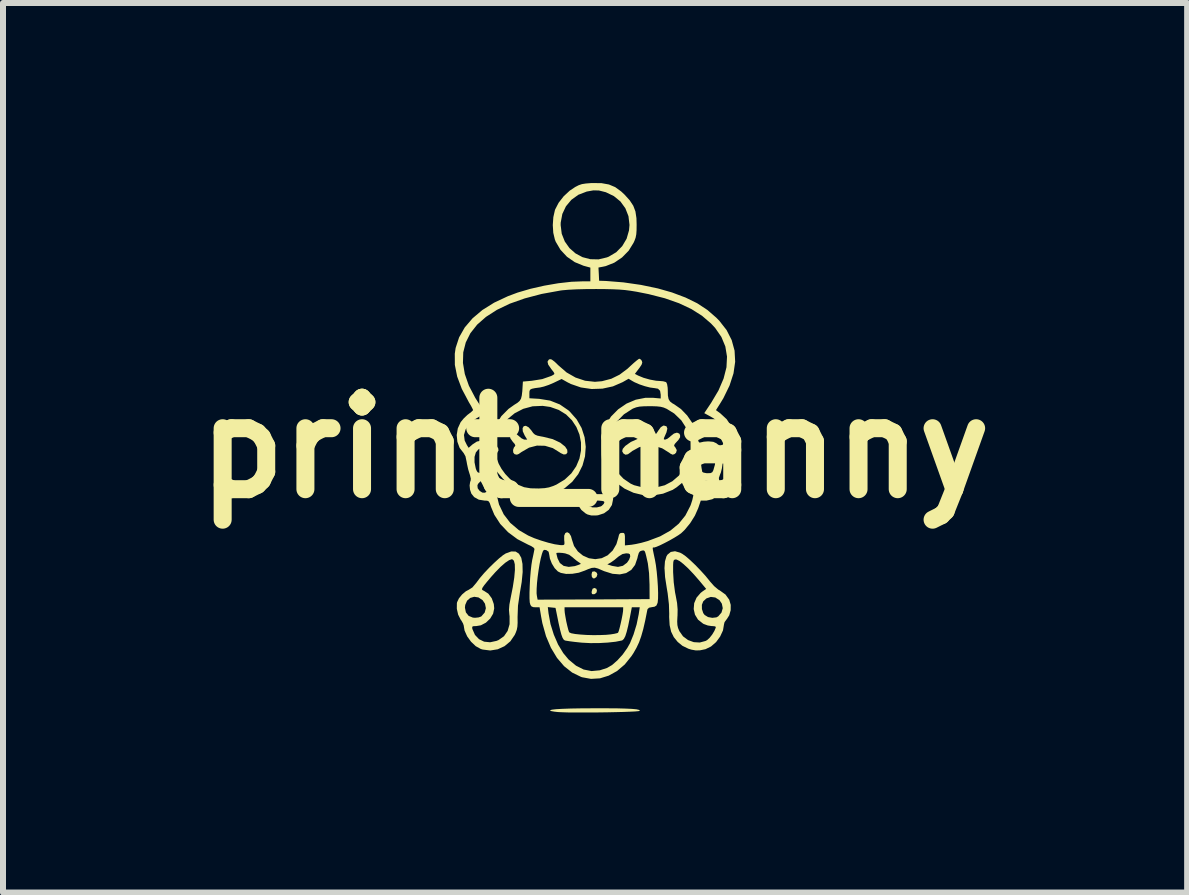
<source format=kicad_pcb>
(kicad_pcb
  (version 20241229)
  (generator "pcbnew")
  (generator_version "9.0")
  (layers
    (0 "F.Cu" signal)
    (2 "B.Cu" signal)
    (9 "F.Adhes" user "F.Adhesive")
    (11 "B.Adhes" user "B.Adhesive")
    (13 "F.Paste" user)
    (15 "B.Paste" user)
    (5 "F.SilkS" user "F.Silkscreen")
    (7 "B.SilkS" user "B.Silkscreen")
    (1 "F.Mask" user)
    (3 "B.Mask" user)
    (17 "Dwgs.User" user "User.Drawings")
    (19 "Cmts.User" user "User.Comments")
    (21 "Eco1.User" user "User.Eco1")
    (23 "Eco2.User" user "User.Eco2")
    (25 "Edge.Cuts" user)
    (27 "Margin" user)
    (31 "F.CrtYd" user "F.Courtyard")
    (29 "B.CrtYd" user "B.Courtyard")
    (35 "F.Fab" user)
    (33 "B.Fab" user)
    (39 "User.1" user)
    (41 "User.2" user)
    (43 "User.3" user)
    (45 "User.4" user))
  (footprint "print_nanny"
    (layer "F.Cu")
    (at 6.865 4.412)
    (property "Reference" "print_nanny" (at 0 0 0) (layer "F.SilkS") (effects (font (size 1.524 1.524) (thickness 0.3))))
    (attr board_only exclude_from_pos_files exclude_from_bom)
    (fp_poly (pts (xy 0.028 2.081) (xy 0.039 2.11) (xy 0.025 2.151) (xy -0.008 2.175) (xy -0.034 2.174) (xy -0.053 2.15) (xy -0.058 2.11) (xy -0.05 2.073) (xy -0.041 2.062) (xy -0.005 2.059)) (stroke (width 0) (type solid)) (fill yes) (layer "F.SilkS"))
    (fp_poly (pts (xy 0.022 2.349) (xy 0.032 2.38) (xy 0.023 2.414) (xy -0.007 2.437) (xy -0.016 2.439) (xy -0.048 2.438) (xy -0.057 2.416) (xy -0.055 2.39) (xy -0.041 2.348) (xy -0.01 2.335) (xy -0.01 2.335)) (stroke (width 0) (type solid)) (fill yes) (layer "F.SilkS"))
    (fp_poly (pts (xy 0.187 4.34) (xy 0.365 4.341) (xy 0.507 4.345) (xy 0.615 4.35) (xy 0.69 4.357) (xy 0.733 4.367) (xy 0.746 4.378) (xy 0.743 4.384) (xy 0.72 4.388) (xy 0.663 4.393) (xy 0.578 4.397) (xy 0.47 4.401) (xy 0.345 4.404) (xy 0.208 4.407) (xy 0.066 4.409) (xy -0.078 4.41) (xy -0.217 4.41) (xy -0.345 4.41) (xy -0.458 4.409) (xy -0.55 4.406) (xy -0.615 4.403) (xy -0.615 4.403) (xy -0.678 4.396) (xy -0.728 4.387) (xy -0.742 4.382) (xy -0.749 4.372) (xy -0.717 4.363) (xy -0.647 4.355) (xy -0.542 4.349) (xy -0.402 4.344) (xy -0.227 4.341) (xy -0.029 4.34)) (stroke (width 0) (type solid)) (fill yes) (layer "F.SilkS"))
    (fp_poly (pts (xy 0.301 0.856) (xy 0.281 0.953) (xy 0.229 1.033) (xy 0.15 1.091) (xy 0.049 1.124) (xy 0.015 1.127) (xy -0.063 1.127) (xy -0.124 1.111) (xy -0.159 1.092) (xy -0.228 1.035) (xy -0.279 0.96) (xy -0.3 0.901) (xy -0.164 0.901) (xy -0.157 0.917) (xy -0.124 0.958) (xy -0.102 0.975) (xy -0.043 0.993) (xy 0.03 0.993) (xy 0.096 0.976) (xy 0.113 0.966) (xy 0.145 0.934) (xy 0.156 0.907) (xy 0.148 0.893) (xy 0.12 0.885) (xy 0.065 0.88) (xy -0.01 0.879) (xy -0.091 0.88) (xy -0.139 0.882) (xy -0.161 0.889) (xy -0.164 0.901) (xy -0.3 0.901) (xy -0.307 0.88) (xy -0.309 0.835) (xy -0.303 0.772) (xy 0.303 0.772)) (stroke (width 0) (type solid)) (fill yes) (layer "F.SilkS"))
    (fp_poly (pts (xy -1.108 -0.343) (xy -1.062 -0.291) (xy -1.031 -0.247) (xy -1.001 -0.22) (xy -0.961 -0.203) (xy -0.899 -0.19) (xy -0.865 -0.184) (xy -0.706 -0.145) (xy -0.58 -0.086) (xy -0.499 -0.021) (xy -0.464 0.032) (xy -0.46 0.077) (xy -0.481 0.106) (xy -0.521 0.111) (xy -0.574 0.087) (xy -0.583 0.08) (xy -0.704 0.005) (xy -0.834 -0.034) (xy -0.968 -0.037) (xy -1.099 -0.003) (xy -1.222 0.068) (xy -1.224 0.069) (xy -1.271 0.102) (xy -1.302 0.114) (xy -1.333 0.108) (xy -1.343 0.104) (xy -1.363 0.078) (xy -1.366 0.036) (xy -1.352 -0.005) (xy -1.341 -0.018) (xy -1.328 -0.037) (xy -1.338 -0.063) (xy -1.371 -0.101) (xy -1.411 -0.158) (xy -1.421 -0.206) (xy -1.403 -0.239) (xy -1.372 -0.251) (xy -1.321 -0.238) (xy -1.271 -0.197) (xy -1.226 -0.159) (xy -1.183 -0.138) (xy -1.173 -0.137) (xy -1.13 -0.137) (xy -1.172 -0.205) (xy -1.204 -0.275) (xy -1.207 -0.328) (xy -1.188 -0.36) (xy -1.153 -0.367)) (stroke (width 0) (type solid)) (fill yes) (layer "F.SilkS"))
    (fp_poly (pts (xy 1.191 -0.358) (xy 1.205 -0.32) (xy 1.19 -0.257) (xy 1.175 -0.223) (xy 1.152 -0.171) (xy 1.145 -0.146) (xy 1.155 -0.138) (xy 1.169 -0.137) (xy 1.204 -0.15) (xy 1.248 -0.183) (xy 1.26 -0.195) (xy 1.315 -0.238) (xy 1.365 -0.253) (xy 1.403 -0.238) (xy 1.417 -0.213) (xy 1.417 -0.176) (xy 1.39 -0.132) (xy 1.367 -0.107) (xy 1.33 -0.066) (xy 1.317 -0.041) (xy 1.326 -0.02) (xy 1.337 -0.009) (xy 1.362 0.038) (xy 1.35 0.082) (xy 1.324 0.105) (xy 1.293 0.114) (xy 1.256 0.097) (xy 1.237 0.082) (xy 1.118 0.008) (xy 0.991 -0.032) (xy 0.862 -0.039) (xy 0.737 -0.011) (xy 0.624 0.051) (xy 0.602 0.068) (xy 0.548 0.107) (xy 0.508 0.115) (xy 0.474 0.095) (xy 0.473 0.094) (xy 0.452 0.057) (xy 0.462 0.017) (xy 0.503 -0.031) (xy 0.595 -0.097) (xy 0.711 -0.149) (xy 0.839 -0.182) (xy 0.875 -0.187) (xy 0.944 -0.196) (xy 0.987 -0.208) (xy 1.016 -0.23) (xy 1.044 -0.27) (xy 1.053 -0.285) (xy 1.096 -0.344) (xy 1.136 -0.369) (xy 1.148 -0.371)) (stroke (width 0) (type solid)) (fill yes) (layer "F.SilkS"))
    (fp_poly (pts (xy -1.324 1.728) (xy -1.268 1.764) (xy -1.229 1.833) (xy -1.209 1.935) (xy -1.206 2.069) (xy -1.222 2.236) (xy -1.252 2.413) (xy -1.284 2.631) (xy -1.291 2.821) (xy -1.29 2.915) (xy -1.294 2.981) (xy -1.304 3.033) (xy -1.322 3.082) (xy -1.338 3.117) (xy -1.411 3.224) (xy -1.508 3.305) (xy -1.622 3.357) (xy -1.746 3.377) (xy -1.873 3.361) (xy -1.905 3.351) (xy -1.988 3.305) (xy -2.066 3.231) (xy -2.131 3.141) (xy -2.174 3.045) (xy -2.185 2.982) (xy -2.047 2.982) (xy -2.046 3.009) (xy -2.043 3.021) (xy -2.001 3.117) (xy -1.934 3.188) (xy -1.848 3.23) (xy -1.749 3.24) (xy -1.642 3.217) (xy -1.608 3.203) (xy -1.517 3.139) (xy -1.456 3.05) (xy -1.424 2.939) (xy -1.424 2.807) (xy -1.428 2.775) (xy -1.434 2.699) (xy -1.427 2.612) (xy -1.407 2.505) (xy -1.37 2.318) (xy -1.346 2.161) (xy -1.335 2.035) (xy -1.337 1.941) (xy -1.352 1.881) (xy -1.379 1.857) (xy -1.386 1.856) (xy -1.432 1.872) (xy -1.496 1.915) (xy -1.574 1.983) (xy -1.662 2.073) (xy -1.729 2.148) (xy -1.8 2.232) (xy -1.847 2.29) (xy -1.874 2.329) (xy -1.884 2.353) (xy -1.879 2.368) (xy -1.862 2.378) (xy -1.852 2.382) (xy -1.778 2.43) (xy -1.721 2.507) (xy -1.687 2.603) (xy -1.68 2.675) (xy -1.698 2.763) (xy -1.747 2.845) (xy -1.818 2.913) (xy -1.902 2.957) (xy -1.978 2.97) (xy -2.028 2.972) (xy -2.047 2.982) (xy -2.185 2.982) (xy -2.188 2.961) (xy -2.2 2.926) (xy -2.228 2.877) (xy -2.24 2.861) (xy -2.281 2.78) (xy -2.303 2.683) (xy -2.303 2.663) (xy -2.168 2.663) (xy -2.152 2.742) (xy -2.106 2.8) (xy -2.036 2.829) (xy -1.999 2.832) (xy -1.941 2.826) (xy -1.898 2.811) (xy -1.894 2.808) (xy -1.839 2.745) (xy -1.819 2.672) (xy -1.834 2.597) (xy -1.874 2.538) (xy -1.942 2.493) (xy -2.013 2.482) (xy -2.079 2.501) (xy -2.132 2.547) (xy -2.163 2.617) (xy -2.168 2.663) (xy -2.303 2.663) (xy -2.302 2.589) (xy -2.298 2.571) (xy -2.268 2.508) (xy -2.215 2.443) (xy -2.152 2.39) (xy -2.104 2.365) (xy -2.043 2.326) (xy -1.978 2.249) (xy -1.973 2.242) (xy -1.919 2.17) (xy -1.848 2.087) (xy -1.766 2) (xy -1.681 1.917) (xy -1.6 1.843) (xy -1.531 1.787) (xy -1.488 1.76) (xy -1.397 1.727)) (stroke (width 0) (type solid)) (fill yes) (layer "F.SilkS"))
    (fp_poly (pts (xy 1.417 1.747) (xy 1.453 1.766) (xy 1.511 1.807) (xy 1.586 1.872) (xy 1.671 1.953) (xy 1.757 2.042) (xy 1.838 2.131) (xy 1.907 2.215) (xy 1.916 2.227) (xy 1.983 2.303) (xy 2.053 2.362) (xy 2.081 2.378) (xy 2.174 2.445) (xy 2.236 2.531) (xy 2.261 2.617) (xy 2.26 2.706) (xy 2.236 2.791) (xy 2.195 2.856) (xy 2.188 2.863) (xy 2.158 2.905) (xy 2.149 2.94) (xy 2.132 3.042) (xy 2.085 3.144) (xy 2.017 3.237) (xy 1.933 3.31) (xy 1.841 3.355) (xy 1.832 3.357) (xy 1.749 3.374) (xy 1.68 3.376) (xy 1.606 3.363) (xy 1.557 3.348) (xy 1.456 3.299) (xy 1.377 3.234) (xy 1.312 3.154) (xy 1.268 3.064) (xy 1.243 2.955) (xy 1.235 2.82) (xy 1.236 2.764) (xy 1.231 2.607) (xy 1.21 2.424) (xy 1.195 2.335) (xy 1.167 2.154) (xy 1.159 2.027) (xy 1.301 2.027) (xy 1.301 2.071) (xy 1.311 2.24) (xy 1.333 2.407) (xy 1.344 2.462) (xy 1.367 2.586) (xy 1.376 2.693) (xy 1.374 2.802) (xy 1.373 2.807) (xy 1.369 2.893) (xy 1.372 2.953) (xy 1.383 3.002) (xy 1.405 3.054) (xy 1.406 3.056) (xy 1.466 3.141) (xy 1.549 3.203) (xy 1.645 3.238) (xy 1.745 3.244) (xy 1.842 3.218) (xy 1.867 3.204) (xy 1.908 3.167) (xy 1.951 3.113) (xy 1.988 3.052) (xy 2.01 3) (xy 2.012 2.983) (xy 1.995 2.974) (xy 1.953 2.97) (xy 1.942 2.97) (xy 1.878 2.96) (xy 1.81 2.935) (xy 1.798 2.928) (xy 1.716 2.863) (xy 1.665 2.78) (xy 1.644 2.686) (xy 1.65 2.616) (xy 1.78 2.616) (xy 1.781 2.687) (xy 1.803 2.754) (xy 1.826 2.785) (xy 1.883 2.82) (xy 1.954 2.833) (xy 2.022 2.825) (xy 2.053 2.808) (xy 2.107 2.745) (xy 2.128 2.672) (xy 2.113 2.597) (xy 2.073 2.538) (xy 2.004 2.494) (xy 1.929 2.484) (xy 1.856 2.509) (xy 1.803 2.558) (xy 1.78 2.616) (xy 1.65 2.616) (xy 1.652 2.589) (xy 1.691 2.497) (xy 1.76 2.417) (xy 1.792 2.392) (xy 1.852 2.351) (xy 1.74 2.216) (xy 1.645 2.107) (xy 1.556 2.013) (xy 1.476 1.939) (xy 1.41 1.887) (xy 1.36 1.862) (xy 1.343 1.86) (xy 1.324 1.864) (xy 1.311 1.876) (xy 1.304 1.903) (xy 1.301 1.951) (xy 1.301 2.027) (xy 1.159 2.027) (xy 1.157 2.007) (xy 1.165 1.892) (xy 1.19 1.808) (xy 1.206 1.781) (xy 1.262 1.735) (xy 1.333 1.723)) (stroke (width 0) (type solid)) (fill yes) (layer "F.SilkS"))
    (fp_poly (pts (xy 0.109 -4.41) (xy 0.231 -4.388) (xy 0.336 -4.344) (xy 0.434 -4.273) (xy 0.489 -4.222) (xy 0.577 -4.125) (xy 0.637 -4.034) (xy 0.673 -3.939) (xy 0.69 -3.826) (xy 0.693 -3.722) (xy 0.692 -3.626) (xy 0.687 -3.557) (xy 0.676 -3.501) (xy 0.656 -3.447) (xy 0.641 -3.415) (xy 0.56 -3.284) (xy 0.45 -3.172) (xy 0.321 -3.085) (xy 0.178 -3.028) (xy 0.131 -3.018) (xy 0.057 -3.004) (xy 0.063 -2.894) (xy 0.068 -2.784) (xy 0.186 -2.78) (xy 0.472 -2.757) (xy 0.764 -2.715) (xy 1.047 -2.656) (xy 1.282 -2.589) (xy 1.508 -2.504) (xy 1.702 -2.409) (xy 1.871 -2.298) (xy 2.021 -2.168) (xy 2.07 -2.118) (xy 2.192 -1.962) (xy 2.277 -1.795) (xy 2.325 -1.619) (xy 2.335 -1.434) (xy 2.307 -1.24) (xy 2.241 -1.037) (xy 2.138 -0.826) (xy 2.079 -0.729) (xy 2.015 -0.628) (xy 2.087 -0.575) (xy 2.193 -0.477) (xy 2.265 -0.369) (xy 2.301 -0.256) (xy 2.301 -0.14) (xy 2.264 -0.025) (xy 2.194 0.08) (xy 2.157 0.131) (xy 2.136 0.187) (xy 2.125 0.265) (xy 2.114 0.341) (xy 2.097 0.411) (xy 2.083 0.445) (xy 2.063 0.502) (xy 2.07 0.553) (xy 2.071 0.557) (xy 2.09 0.652) (xy 2.074 0.738) (xy 2.027 0.808) (xy 1.954 0.857) (xy 1.859 0.879) (xy 1.839 0.879) (xy 1.762 0.879) (xy 1.719 1.006) (xy 1.664 1.13) (xy 1.585 1.256) (xy 1.493 1.368) (xy 1.434 1.424) (xy 1.387 1.457) (xy 1.319 1.499) (xy 1.24 1.544) (xy 1.158 1.587) (xy 1.083 1.624) (xy 1.022 1.65) (xy 0.986 1.661) (xy 0.985 1.661) (xy 0.971 1.66) (xy 0.963 1.663) (xy 0.961 1.676) (xy 0.965 1.706) (xy 0.976 1.76) (xy 0.994 1.845) (xy 0.997 1.858) (xy 1.014 1.954) (xy 1.028 2.066) (xy 1.039 2.187) (xy 1.047 2.307) (xy 1.051 2.417) (xy 1.05 2.51) (xy 1.044 2.575) (xy 1.04 2.589) (xy 1.022 2.629) (xy 0.99 2.648) (xy 0.951 2.654) (xy 0.9 2.664) (xy 0.876 2.686) (xy 0.871 2.702) (xy 0.836 2.878) (xy 0.803 3.022) (xy 0.769 3.141) (xy 0.733 3.242) (xy 0.69 3.333) (xy 0.64 3.421) (xy 0.607 3.471) (xy 0.495 3.61) (xy 0.367 3.719) (xy 0.228 3.796) (xy 0.082 3.841) (xy -0.067 3.85) (xy -0.215 3.823) (xy -0.233 3.817) (xy -0.381 3.745) (xy -0.516 3.638) (xy -0.634 3.5) (xy -0.735 3.332) (xy -0.817 3.139) (xy -0.878 2.921) (xy -0.899 2.809) (xy -0.924 2.657) (xy -0.987 2.657) (xy -1.027 2.655) (xy -1.029 2.654) (xy -0.787 2.654) (xy -0.775 2.758) (xy -0.742 2.937) (xy -0.687 3.113) (xy -0.616 3.277) (xy -0.53 3.42) (xy -0.441 3.527) (xy -0.317 3.63) (xy -0.19 3.694) (xy -0.058 3.72) (xy 0.08 3.707) (xy 0.2 3.668) (xy 0.284 3.619) (xy 0.373 3.541) (xy 0.46 3.445) (xy 0.536 3.338) (xy 0.583 3.255) (xy 0.642 3.109) (xy 0.693 2.942) (xy 0.728 2.772) (xy 0.731 2.75) (xy 0.745 2.657) (xy 0.613 2.657) (xy 0.58 2.829) (xy 0.552 2.966) (xy 0.527 3.067) (xy 0.504 3.139) (xy 0.48 3.184) (xy 0.454 3.208) (xy 0.444 3.211) (xy 0.343 3.231) (xy 0.214 3.245) (xy 0.071 3.253) (xy -0.075 3.254) (xy -0.213 3.247) (xy -0.246 3.244) (xy -0.339 3.234) (xy -0.418 3.224) (xy -0.476 3.215) (xy -0.503 3.21) (xy -0.523 3.195) (xy -0.542 3.164) (xy -0.561 3.112) (xy -0.582 3.033) (xy -0.607 2.922) (xy -0.615 2.882) (xy -0.651 2.704) (xy -0.508 2.704) (xy -0.504 2.751) (xy -0.493 2.817) (xy -0.479 2.894) (xy -0.462 2.968) (xy -0.446 3.031) (xy -0.433 3.069) (xy -0.429 3.075) (xy -0.396 3.09) (xy -0.332 3.102) (xy -0.245 3.111) (xy -0.142 3.118) (xy -0.031 3.121) (xy 0.081 3.12) (xy 0.185 3.116) (xy 0.258 3.109) (xy 0.321 3.099) (xy 0.367 3.088) (xy 0.383 3.081) (xy 0.394 3.056) (xy 0.409 3.004) (xy 0.426 2.934) (xy 0.443 2.857) (xy 0.457 2.785) (xy 0.466 2.727) (xy 0.468 2.701) (xy 0.469 2.657) (xy -0.508 2.657) (xy -0.508 2.704) (xy -0.651 2.704) (xy -0.659 2.667) (xy -0.787 2.654) (xy -1.029 2.654) (xy -1.057 2.644) (xy -1.076 2.619) (xy -1.088 2.576) (xy -1.092 2.509) (xy -1.092 2.425) (xy -0.974 2.425) (xy -0.969 2.467) (xy -0.957 2.53) (xy -0.024 2.526) (xy 0.909 2.521) (xy 0.908 2.281) (xy 0.9 2.088) (xy 0.88 1.926) (xy 0.871 1.885) (xy 0.852 1.801) (xy 0.838 1.748) (xy 0.826 1.72) (xy 0.811 1.71) (xy 0.791 1.711) (xy 0.776 1.714) (xy 0.748 1.725) (xy 0.729 1.752) (xy 0.713 1.805) (xy 0.706 1.838) (xy 0.667 1.951) (xy 0.604 2.034) (xy 0.518 2.087) (xy 0.413 2.109) (xy 0.291 2.099) (xy 0.154 2.056) (xy 0.121 2.042) (xy 0.049 2.011) (xy -0.005 1.997) (xy -0.055 2.001) (xy -0.116 2.022) (xy -0.169 2.045) (xy -0.271 2.081) (xy -0.379 2.099) (xy -0.483 2.101) (xy -0.57 2.084) (xy -0.619 2.06) (xy -0.673 2.005) (xy -0.72 1.928) (xy -0.752 1.846) (xy -0.762 1.786) (xy -0.769 1.754) (xy -0.645 1.754) (xy -0.64 1.781) (xy -0.628 1.828) (xy -0.624 1.843) (xy -0.586 1.919) (xy -0.523 1.967) (xy -0.439 1.984) (xy -0.337 1.971) (xy -0.28 1.952) (xy -0.255 1.942) (xy 0.205 1.942) (xy 0.283 1.967) (xy 0.382 1.984) (xy 0.464 1.966) (xy 0.532 1.915) (xy 0.567 1.865) (xy 0.585 1.816) (xy 0.586 1.807) (xy 0.581 1.774) (xy 0.558 1.761) (xy 0.518 1.758) (xy 0.457 1.77) (xy 0.396 1.808) (xy 0.376 1.824) (xy 0.322 1.869) (xy 0.271 1.905) (xy 0.254 1.916) (xy 0.205 1.942) (xy -0.255 1.942) (xy -0.243 1.937) (xy -0.241 1.925) (xy -0.264 1.911) (xy -0.302 1.885) (xy -0.351 1.845) (xy -0.371 1.827) (xy -0.431 1.782) (xy -0.497 1.759) (xy -0.542 1.752) (xy -0.599 1.748) (xy -0.636 1.75) (xy -0.645 1.754) (xy -0.769 1.754) (xy -0.774 1.731) (xy -0.813 1.704) (xy -0.849 1.7) (xy -0.867 1.718) (xy -0.885 1.768) (xy -0.905 1.844) (xy -0.924 1.937) (xy -0.941 2.041) (xy -0.956 2.149) (xy -0.967 2.253) (xy -0.973 2.348) (xy -0.974 2.425) (xy -1.092 2.425) (xy -1.092 2.412) (xy -1.088 2.3) (xy -1.082 2.178) (xy -1.072 2.058) (xy -1.06 1.95) (xy -1.047 1.868) (xy -1.044 1.856) (xy -1.028 1.782) (xy -1.016 1.722) (xy -1.009 1.686) (xy -1.009 1.684) (xy -1.024 1.663) (xy -1.066 1.636) (xy -1.114 1.614) (xy -1.293 1.522) (xy -1.449 1.406) (xy -1.579 1.269) (xy -1.678 1.116) (xy -1.733 0.984) (xy -1.753 0.924) (xy -1.771 0.893) (xy -1.797 0.881) (xy -1.84 0.879) (xy -1.841 0.879) (xy -1.937 0.864) (xy -2.014 0.821) (xy -2.061 0.763) (xy -2.083 0.698) (xy -2.09 0.628) (xy -1.96 0.628) (xy -1.955 0.674) (xy -1.923 0.717) (xy -1.878 0.746) (xy -1.838 0.748) (xy -1.812 0.736) (xy -1.801 0.711) (xy -1.801 0.66) (xy -1.801 0.647) (xy -1.808 0.591) (xy -1.822 0.562) (xy -1.848 0.551) (xy -1.852 0.55) (xy -1.91 0.559) (xy -1.95 0.601) (xy -1.96 0.628) (xy -2.09 0.628) (xy -2.09 0.627) (xy -2.081 0.566) (xy -2.073 0.55) (xy -2.073 0.548) (xy -1.66 0.548) (xy -1.645 0.758) (xy -1.6 0.944) (xy -1.522 1.108) (xy -1.413 1.25) (xy -1.271 1.37) (xy -1.113 1.462) (xy -1.012 1.506) (xy -0.897 1.546) (xy -0.78 1.581) (xy -0.672 1.607) (xy -0.584 1.62) (xy -0.559 1.622) (xy -0.525 1.62) (xy -0.51 1.606) (xy -0.51 1.571) (xy -0.514 1.536) (xy -0.514 1.463) (xy -0.495 1.42) (xy -0.465 1.406) (xy -0.431 1.423) (xy -0.401 1.471) (xy -0.386 1.526) (xy -0.35 1.636) (xy -0.286 1.727) (xy -0.201 1.796) (xy -0.102 1.84) (xy 0.004 1.855) (xy 0.111 1.839) (xy 0.21 1.791) (xy 0.294 1.711) (xy 0.356 1.605) (xy 0.387 1.5) (xy 0.4 1.447) (xy 0.417 1.423) (xy 0.448 1.417) (xy 0.45 1.417) (xy 0.478 1.419) (xy 0.492 1.435) (xy 0.498 1.472) (xy 0.498 1.521) (xy 0.498 1.626) (xy 0.608 1.615) (xy 0.68 1.603) (xy 0.771 1.583) (xy 0.864 1.557) (xy 0.881 1.552) (xy 1.085 1.475) (xy 1.256 1.379) (xy 1.395 1.264) (xy 1.505 1.128) (xy 1.587 0.969) (xy 1.598 0.941) (xy 1.621 0.869) (xy 1.637 0.796) (xy 1.647 0.709) (xy 1.648 0.681) (xy 1.784 0.681) (xy 1.786 0.718) (xy 1.789 0.724) (xy 1.817 0.739) (xy 1.864 0.741) (xy 1.91 0.732) (xy 1.93 0.719) (xy 1.954 0.673) (xy 1.948 0.621) (xy 1.918 0.576) (xy 1.87 0.55) (xy 1.847 0.547) (xy 1.817 0.554) (xy 1.8 0.58) (xy 1.79 0.626) (xy 1.784 0.681) (xy 1.648 0.681) (xy 1.653 0.596) (xy 1.654 0.576) (xy 1.657 0.478) (xy 1.658 0.414) (xy 1.656 0.378) (xy 1.65 0.367) (xy 1.64 0.374) (xy 1.627 0.391) (xy 1.549 0.487) (xy 1.455 0.58) (xy 1.359 0.658) (xy 1.294 0.7) (xy 1.133 0.764) (xy 0.967 0.793) (xy 0.802 0.788) (xy 0.641 0.749) (xy 0.492 0.68) (xy 0.357 0.582) (xy 0.244 0.456) (xy 0.17 0.334) (xy 0.143 0.275) (xy 0.125 0.227) (xy 0.114 0.178) (xy 0.109 0.116) (xy 0.108 0.032) (xy 0.107 -0.02) (xy 0.107 -0.02) (xy 0.225 -0.02) (xy 0.226 0.069) (xy 0.234 0.134) (xy 0.25 0.192) (xy 0.279 0.258) (xy 0.289 0.277) (xy 0.37 0.406) (xy 0.474 0.515) (xy 0.594 0.597) (xy 0.651 0.623) (xy 0.772 0.654) (xy 0.909 0.664) (xy 1.047 0.653) (xy 1.161 0.624) (xy 1.288 0.557) (xy 1.403 0.458) (xy 1.497 0.335) (xy 1.528 0.277) (xy 1.561 0.207) (xy 1.58 0.148) (xy 1.589 0.087) (xy 1.59 0.077) (xy 1.753 0.077) (xy 1.754 0.128) (xy 1.759 0.196) (xy 1.766 0.27) (xy 1.775 0.338) (xy 1.785 0.39) (xy 1.787 0.401) (xy 1.808 0.413) (xy 1.854 0.422) (xy 1.872 0.423) (xy 1.925 0.421) (xy 1.954 0.406) (xy 1.971 0.374) (xy 1.998 0.279) (xy 2.005 0.188) (xy 1.994 0.109) (xy 1.965 0.049) (xy 1.928 0.021) (xy 1.878 0.016) (xy 1.818 0.025) (xy 1.768 0.044) (xy 1.756 0.053) (xy 1.753 0.077) (xy 1.59 0.077) (xy 1.592 0.006) (xy 1.592 -0.02) (xy 1.591 -0.108) (xy 1.583 -0.173) (xy 1.567 -0.231) (xy 1.538 -0.297) (xy 1.528 -0.317) (xy 1.438 -0.457) (xy 1.319 -0.572) (xy 1.195 -0.649) (xy 1.144 -0.671) (xy 1.093 -0.684) (xy 1.028 -0.691) (xy 0.939 -0.694) (xy 0.909 -0.694) (xy 0.811 -0.692) (xy 0.741 -0.687) (xy 0.686 -0.675) (xy 0.636 -0.656) (xy 0.622 -0.649) (xy 0.481 -0.558) (xy 0.365 -0.439) (xy 0.289 -0.317) (xy 0.256 -0.246) (xy 0.237 -0.188) (xy 0.228 -0.126) (xy 0.225 -0.045) (xy 0.225 -0.02) (xy 0.107 -0.02) (xy 0.108 -0.118) (xy 0.111 -0.188) (xy 0.119 -0.241) (xy 0.133 -0.288) (xy 0.156 -0.339) (xy 0.173 -0.376) (xy 0.266 -0.521) (xy 0.386 -0.642) (xy 0.525 -0.737) (xy 0.679 -0.802) (xy 0.842 -0.834) (xy 0.972 -0.833) (xy 1.094 -0.822) (xy 1.094 -0.886) (xy 1.084 -0.95) (xy 1.049 -0.985) (xy 0.985 -0.996) (xy 0.982 -0.996) (xy 0.916 -1.005) (xy 0.83 -1.027) (xy 0.738 -1.058) (xy 0.656 -1.094) (xy 0.622 -1.113) (xy 0.559 -1.151) (xy 0.459 -1.094) (xy 0.298 -1.024) (xy 0.123 -0.986) (xy -0.057 -0.98) (xy -0.236 -1.006) (xy -0.404 -1.064) (xy -0.459 -1.092) (xy -0.557 -1.147) (xy -0.692 -1.082) (xy -0.772 -1.048) (xy -0.852 -1.021) (xy -0.916 -1.006) (xy -0.916 -1.006) (xy -1 -0.995) (xy -1.052 -0.984) (xy -1.08 -0.97) (xy -1.092 -0.947) (xy -1.094 -0.913) (xy -1.094 -0.901) (xy -1.094 -0.826) (xy -0.929 -0.816) (xy -0.749 -0.787) (xy -0.587 -0.723) (xy -0.444 -0.625) (xy -0.423 -0.606) (xy -0.307 -0.475) (xy -0.224 -0.33) (xy -0.174 -0.176) (xy -0.155 -0.017) (xy -0.167 0.142) (xy -0.209 0.295) (xy -0.28 0.438) (xy -0.38 0.566) (xy -0.507 0.674) (xy -0.623 0.74) (xy -0.68 0.764) (xy -0.734 0.78) (xy -0.795 0.788) (xy -0.877 0.791) (xy -0.928 0.791) (xy -1.022 0.79) (xy -1.09 0.785) (xy -1.145 0.774) (xy -1.2 0.754) (xy -1.253 0.73) (xy -1.395 0.643) (xy -1.528 0.522) (xy -1.607 0.43) (xy -1.659 0.361) (xy -1.66 0.548) (xy -2.073 0.548) (xy -2.07 0.514) (xy -2.084 0.454) (xy -2.091 0.433) (xy -2.114 0.358) (xy -2.133 0.271) (xy -2.138 0.242) (xy -2.008 0.242) (xy -1.988 0.341) (xy -1.977 0.372) (xy -1.958 0.405) (xy -1.927 0.419) (xy -1.877 0.421) (xy -1.816 0.413) (xy -1.789 0.392) (xy -1.789 0.391) (xy -1.784 0.358) (xy -1.777 0.298) (xy -1.769 0.223) (xy -1.768 0.21) (xy -1.755 0.058) (xy -1.827 0.028) (xy -1.877 0.01) (xy -1.91 0.01) (xy -1.944 0.027) (xy -1.945 0.028) (xy -1.986 0.077) (xy -2.008 0.151) (xy -2.008 0.242) (xy -2.138 0.242) (xy -2.14 0.231) (xy -2.159 0.141) (xy -2.19 0.086) (xy -2.192 0.084) (xy -2.256 0.002) (xy -2.294 -0.101) (xy -2.305 -0.213) (xy -2.287 -0.324) (xy -2.241 -0.424) (xy -2.238 -0.429) (xy -2.187 -0.491) (xy -2.127 -0.548) (xy -2.107 -0.563) (xy -2.063 -0.597) (xy -2.036 -0.623) (xy -2.032 -0.63) (xy -2.042 -0.652) (xy -2.066 -0.699) (xy -2.102 -0.759) (xy -2.106 -0.767) (xy -2.22 -0.982) (xy -2.297 -1.187) (xy -2.336 -1.382) (xy -2.336 -1.415) (xy -2.201 -1.415) (xy -2.17 -1.23) (xy -2.102 -1.035) (xy -1.996 -0.833) (xy -1.93 -0.73) (xy -1.821 -0.571) (xy -1.918 -0.526) (xy -1.99 -0.483) (xy -2.062 -0.427) (xy -2.09 -0.398) (xy -2.157 -0.306) (xy -2.184 -0.214) (xy -2.172 -0.121) (xy -2.134 -0.044) (xy -2.106 0.000064) (xy -2.039 -0.059) (xy -2.029 -0.065) (xy -1.653 -0.065) (xy -1.644 -0.04) (xy -1.613 0.01) (xy -1.609 0.045) (xy -1.627 0.074) (xy -1.643 0.121) (xy -1.635 0.187) (xy -1.605 0.266) (xy -1.558 0.351) (xy -1.496 0.436) (xy -1.424 0.512) (xy -1.377 0.552) (xy -1.28 0.616) (xy -1.182 0.656) (xy -1.071 0.675) (xy -0.938 0.678) (xy -0.841 0.672) (xy -0.767 0.659) (xy -0.697 0.636) (xy -0.644 0.613) (xy -0.505 0.529) (xy -0.395 0.426) (xy -0.314 0.308) (xy -0.26 0.18) (xy -0.234 0.046) (xy -0.234 -0.09) (xy -0.26 -0.222) (xy -0.311 -0.347) (xy -0.385 -0.459) (xy -0.483 -0.556) (xy -0.604 -0.631) (xy -0.746 -0.681) (xy -0.873 -0.699) (xy -1.04 -0.692) (xy -1.196 -0.65) (xy -1.338 -0.577) (xy -1.46 -0.477) (xy -1.558 -0.352) (xy -1.626 -0.206) (xy -1.634 -0.179) (xy -1.651 -0.109) (xy -1.653 -0.065) (xy -2.029 -0.065) (xy -1.968 -0.105) (xy -1.906 -0.117) (xy -1.844 -0.112) (xy -1.791 -0.099) (xy -1.766 -0.092) (xy -1.749 -0.098) (xy -1.735 -0.126) (xy -1.719 -0.182) (xy -1.712 -0.21) (xy -1.652 -0.381) (xy -1.562 -0.527) (xy -1.441 -0.649) (xy -1.347 -0.716) (xy -1.293 -0.75) (xy -1.257 -0.781) (xy -1.234 -0.818) (xy -1.221 -0.869) (xy -1.212 -0.943) (xy -1.207 -1.026) (xy -1.202 -1.104) (xy -1.055 -1.117) (xy -0.88 -1.145) (xy -0.731 -1.197) (xy -0.704 -1.211) (xy -0.682 -1.225) (xy -0.678 -1.241) (xy -0.694 -1.268) (xy -0.732 -1.316) (xy -0.734 -1.32) (xy -0.78 -1.386) (xy -0.792 -1.435) (xy -0.772 -1.468) (xy -0.752 -1.478) (xy -0.721 -1.471) (xy -0.671 -1.433) (xy -0.609 -1.373) (xy -0.474 -1.256) (xy -0.325 -1.171) (xy -0.166 -1.118) (xy -0.003 -1.1) (xy 0.115 -1.11) (xy 0.271 -1.151) (xy 0.409 -1.219) (xy 0.541 -1.318) (xy 0.584 -1.358) (xy 0.644 -1.413) (xy 0.695 -1.456) (xy 0.729 -1.481) (xy 0.738 -1.485) (xy 0.765 -1.47) (xy 0.78 -1.448) (xy 0.787 -1.42) (xy 0.775 -1.384) (xy 0.74 -1.332) (xy 0.732 -1.322) (xy 0.664 -1.232) (xy 0.718 -1.204) (xy 0.808 -1.167) (xy 0.914 -1.137) (xy 1.017 -1.118) (xy 1.074 -1.114) (xy 1.134 -1.109) (xy 1.178 -1.097) (xy 1.188 -1.09) (xy 1.201 -1.059) (xy 1.21 -1.003) (xy 1.212 -0.958) (xy 1.214 -0.871) (xy 1.225 -0.813) (xy 1.249 -0.773) (xy 1.29 -0.741) (xy 1.319 -0.725) (xy 1.432 -0.646) (xy 1.535 -0.539) (xy 1.621 -0.414) (xy 1.683 -0.281) (xy 1.713 -0.164) (xy 1.722 -0.111) (xy 1.735 -0.089) (xy 1.757 -0.089) (xy 1.766 -0.092) (xy 1.811 -0.102) (xy 1.874 -0.107) (xy 1.899 -0.107) (xy 1.97 -0.1) (xy 2.022 -0.076) (xy 2.04 -0.061) (xy 2.085 -0.032) (xy 2.122 -0.039) (xy 2.152 -0.084) (xy 2.167 -0.129) (xy 2.174 -0.224) (xy 2.144 -0.317) (xy 2.079 -0.406) (xy 1.982 -0.487) (xy 1.921 -0.523) (xy 1.82 -0.578) (xy 1.934 -0.749) (xy 2.057 -0.956) (xy 2.142 -1.154) (xy 2.19 -1.342) (xy 2.199 -1.52) (xy 2.171 -1.689) (xy 2.105 -1.848) (xy 2.001 -1.998) (xy 1.933 -2.071) (xy 1.783 -2.2) (xy 1.606 -2.312) (xy 1.4 -2.409) (xy 1.163 -2.492) (xy 0.893 -2.561) (xy 0.692 -2.601) (xy 0.593 -2.617) (xy 0.5 -2.629) (xy 0.403 -2.637) (xy 0.295 -2.642) (xy 0.165 -2.645) (xy 0.02 -2.646) (xy -0.152 -2.645) (xy -0.308 -2.641) (xy -0.443 -2.634) (xy -0.547 -2.625) (xy -0.576 -2.621) (xy -0.89 -2.564) (xy -1.171 -2.49) (xy -1.42 -2.402) (xy -1.635 -2.299) (xy -1.817 -2.182) (xy -1.964 -2.053) (xy -2.077 -1.91) (xy -2.154 -1.756) (xy -2.196 -1.591) (xy -2.201 -1.415) (xy -2.336 -1.415) (xy -2.337 -1.568) (xy -2.323 -1.664) (xy -2.265 -1.841) (xy -2.171 -2.006) (xy -2.041 -2.158) (xy -1.878 -2.296) (xy -1.681 -2.419) (xy -1.453 -2.526) (xy -1.29 -2.587) (xy -1.075 -2.65) (xy -0.846 -2.702) (xy -0.614 -2.742) (xy -0.392 -2.767) (xy -0.21 -2.774) (xy -0.078 -2.774) (xy -0.078 -3.003) (xy -0.192 -3.034) (xy -0.338 -3.094) (xy -0.468 -3.184) (xy -0.576 -3.3) (xy -0.655 -3.434) (xy -0.67 -3.473) (xy -0.696 -3.583) (xy -0.704 -3.712) (xy -0.573 -3.712) (xy -0.555 -3.567) (xy -0.504 -3.438) (xy -0.426 -3.328) (xy -0.326 -3.24) (xy -0.209 -3.177) (xy -0.079 -3.143) (xy 0.058 -3.14) (xy 0.197 -3.173) (xy 0.228 -3.185) (xy 0.353 -3.259) (xy 0.453 -3.361) (xy 0.526 -3.484) (xy 0.566 -3.623) (xy 0.574 -3.714) (xy 0.557 -3.86) (xy 0.505 -3.992) (xy 0.423 -4.105) (xy 0.313 -4.195) (xy 0.18 -4.259) (xy 0.065 -4.288) (xy -0.028 -4.29) (xy -0.139 -4.27) (xy -0.279 -4.216) (xy -0.395 -4.132) (xy -0.485 -4.024) (xy -0.545 -3.897) (xy -0.572 -3.753) (xy -0.573 -3.712) (xy -0.704 -3.712) (xy -0.704 -3.712) (xy -0.695 -3.843) (xy -0.669 -3.959) (xy -0.663 -3.975) (xy -0.607 -4.083) (xy -0.523 -4.191) (xy -0.422 -4.285) (xy -0.329 -4.347) (xy -0.272 -4.376) (xy -0.219 -4.394) (xy -0.156 -4.404) (xy -0.071 -4.411) (xy -0.039 -4.412)) (stroke (width 0) (type solid)) (fill yes) (layer "F.SilkS")))
  (gr_rect
    (start -3 -3)
    (end 16.731 11.822)
    (stroke (width 0.1) (type default))
    (fill no)
    (layer "Edge.Cuts")))
</source>
